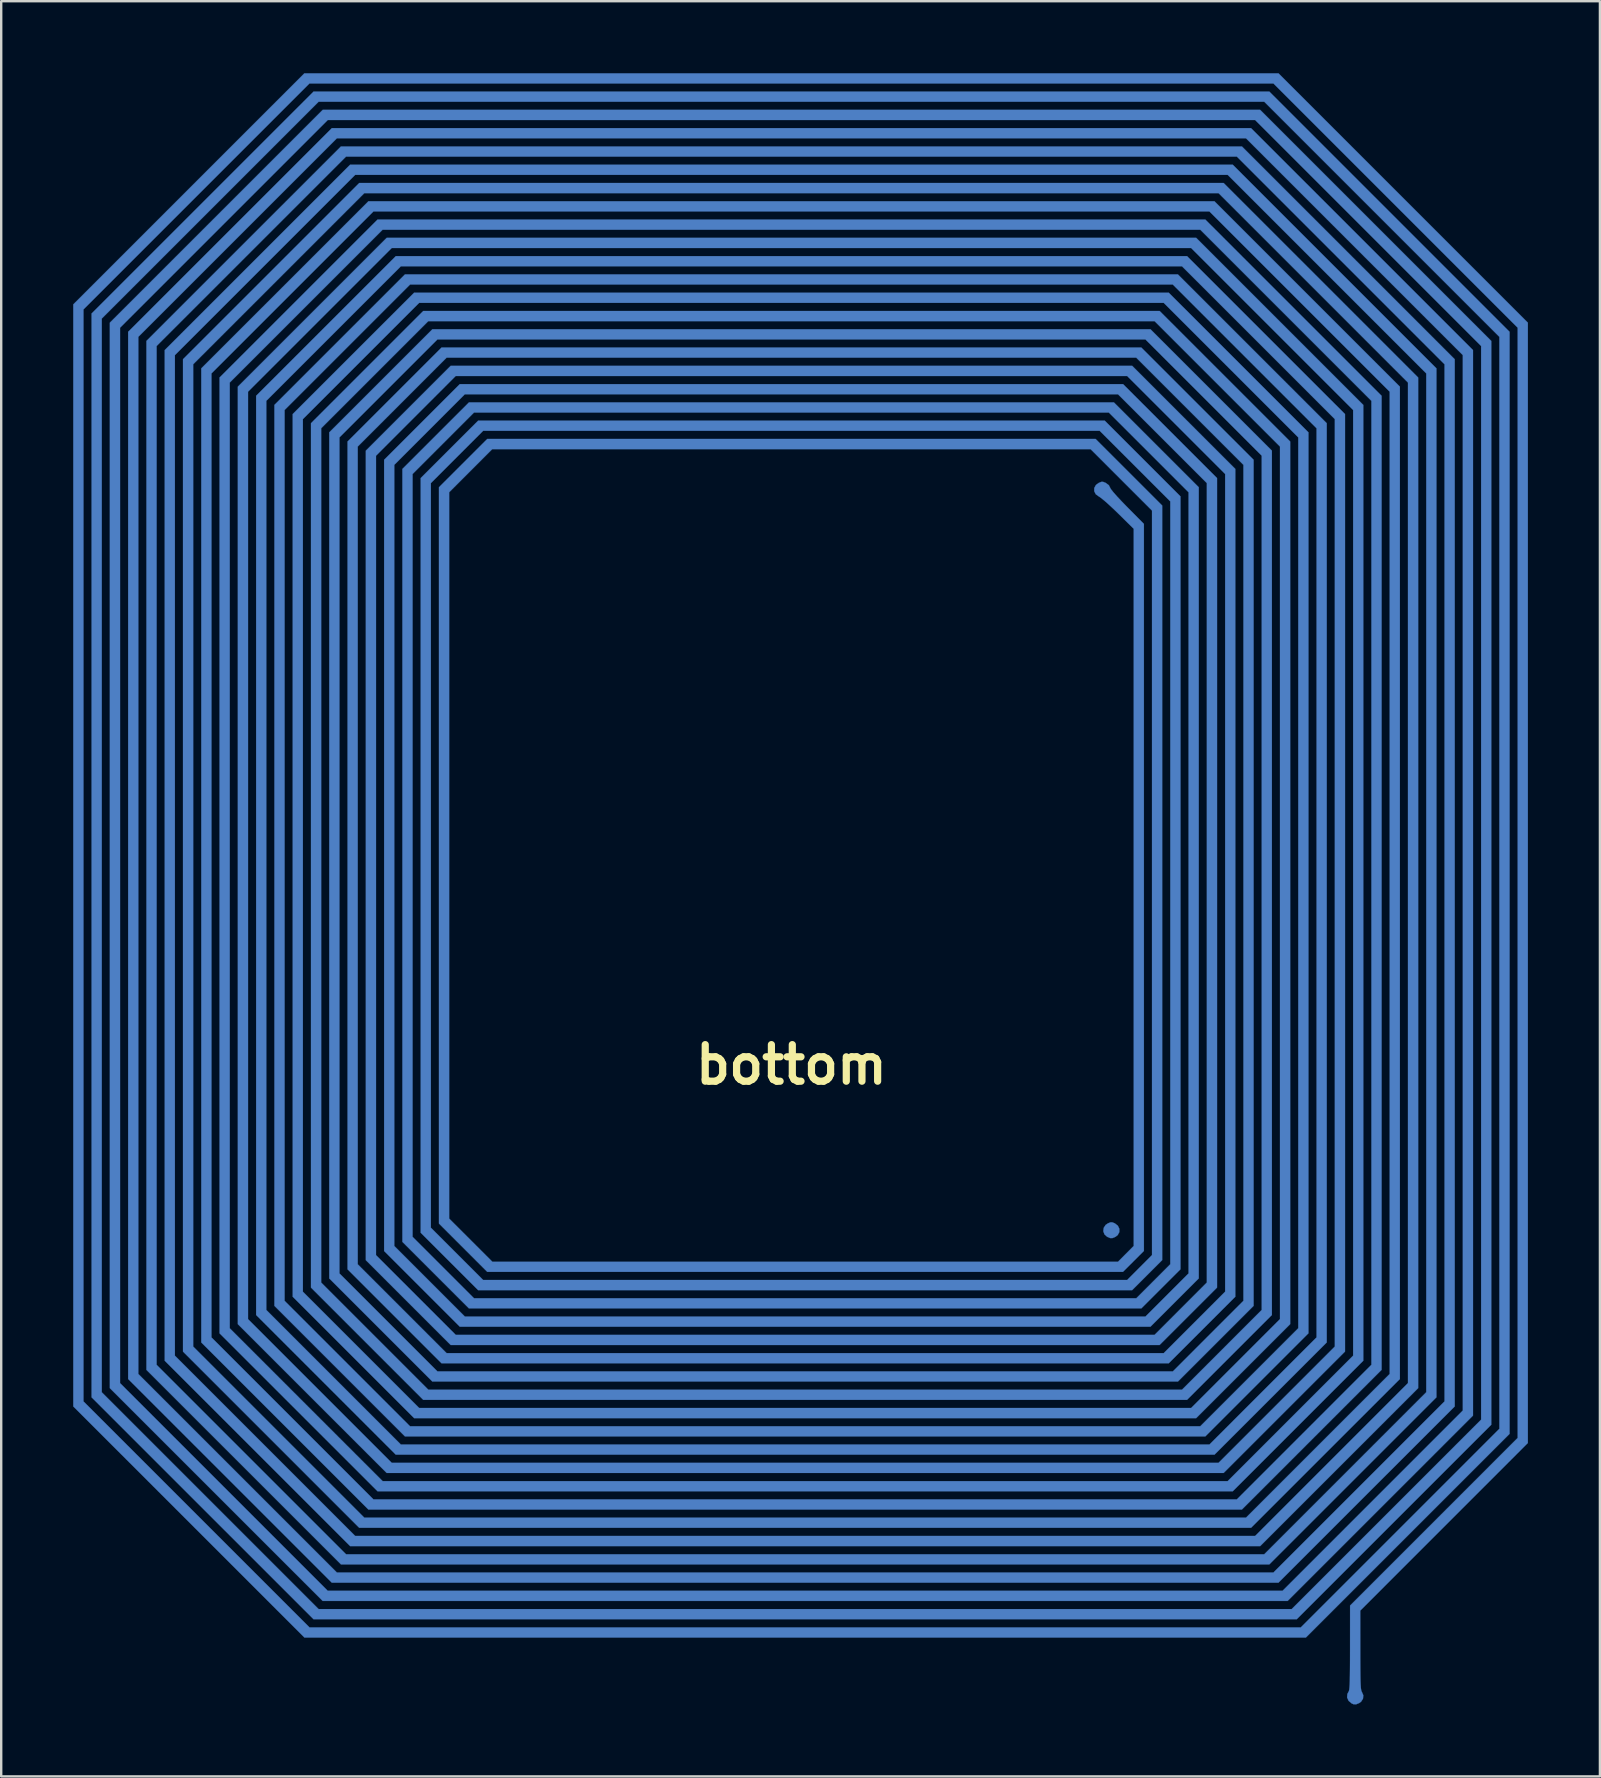
<source format=kicad_pcb>
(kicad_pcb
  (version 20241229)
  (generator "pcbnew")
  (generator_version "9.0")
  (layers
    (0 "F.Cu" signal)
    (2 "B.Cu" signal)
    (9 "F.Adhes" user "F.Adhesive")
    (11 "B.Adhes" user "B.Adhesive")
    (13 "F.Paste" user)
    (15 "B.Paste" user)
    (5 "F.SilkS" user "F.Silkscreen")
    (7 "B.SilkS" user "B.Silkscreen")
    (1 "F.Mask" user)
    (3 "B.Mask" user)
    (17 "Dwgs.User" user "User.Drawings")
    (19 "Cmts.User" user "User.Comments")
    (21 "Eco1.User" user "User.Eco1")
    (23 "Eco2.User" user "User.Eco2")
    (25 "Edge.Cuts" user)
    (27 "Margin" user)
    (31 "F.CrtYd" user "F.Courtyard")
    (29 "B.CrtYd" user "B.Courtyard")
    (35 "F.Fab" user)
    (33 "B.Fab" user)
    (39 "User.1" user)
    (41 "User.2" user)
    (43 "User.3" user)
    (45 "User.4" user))
  (footprint "bottom"
    (layer "F.Cu")
    (at 29.935 41.322)
    (property "Reference" "bottom" (at 0 0 0) (layer "F.SilkS") (effects (font (size 1.524 1.524) (thickness 0.3))))
    (attr through_hole)
    (fp_poly (pts (xy 13.472 6.611) (xy 13.482 6.616) (xy 13.605 6.713) (xy 13.667 6.842) (xy 13.665 6.98) (xy 13.598 7.104) (xy 13.506 7.175) (xy 13.381 7.227) (xy 13.28 7.227) (xy 13.159 7.175) (xy 13.156 7.173) (xy 13.045 7.072) (xy 12.998 6.941) (xy 13.015 6.803) (xy 13.094 6.681) (xy 13.188 6.616) (xy 13.292 6.573) (xy 13.371 6.572) (xy 13.472 6.611)) (stroke (width 0.01) (type solid)) (fill yes) (layer "B.Cu"))
    (fp_poly (pts (xy 25.495 -36.121) (xy 30.692 -30.924) (xy 30.692 -7.578) (xy 30.692 15.768) (xy 23.707 22.755) (xy 23.708 24.406) (xy 23.709 24.834) (xy 23.711 25.185) (xy 23.714 25.467) (xy 23.718 25.688) (xy 23.725 25.855) (xy 23.733 25.976) (xy 23.744 26.059) (xy 23.758 26.112) (xy 23.772 26.138) (xy 23.834 26.282) (xy 23.821 26.428) (xy 23.739 26.554) (xy 23.661 26.608) (xy 23.534 26.66) (xy 23.432 26.658) (xy 23.347 26.621) (xy 23.22 26.513) (xy 23.159 26.375) (xy 23.17 26.228) (xy 23.218 26.138) (xy 23.234 26.106) (xy 23.247 26.051) (xy 23.257 25.965) (xy 23.266 25.84) (xy 23.272 25.67) (xy 23.276 25.446) (xy 23.279 25.161) (xy 23.281 24.807) (xy 23.282 24.378) (xy 23.282 24.3) (xy 23.283 22.544) (xy 30.268 15.557) (xy 30.268 -30.713) (xy 25.178 -35.803) (xy 20.087 -40.894) (xy -20.087 -40.894) (xy -24.797 -36.184) (xy -29.506 -31.475) (xy -29.506 -8.721) (xy -29.506 14.034) (xy -24.797 18.743) (xy -20.087 23.453) (xy 21.23 23.453) (xy 25.368 19.315) (xy 29.506 15.176) (xy 29.506 -30.332) (xy 24.606 -35.232) (xy 19.706 -40.132) (xy -19.706 -40.132) (xy -24.225 -35.613) (xy -28.744 -31.094) (xy -28.744 -8.721) (xy -28.744 13.653) (xy -19.706 22.691) (xy 20.849 22.691) (xy 24.797 18.743) (xy 28.744 14.795) (xy 28.744 -29.951) (xy 19.325 -39.37) (xy -19.325 -39.37) (xy -23.654 -35.041) (xy -27.982 -30.713) (xy -27.982 13.272) (xy -19.325 21.929) (xy 20.468 21.929) (xy 27.982 14.414) (xy 27.982 -29.57) (xy 18.944 -38.608) (xy -18.944 -38.608) (xy -27.22 -30.332) (xy -27.22 -8.721) (xy -27.22 12.891) (xy -23.082 17.029) (xy -18.944 21.167) (xy 20.087 21.167) (xy 23.654 17.6) (xy 27.22 14.033) (xy 27.22 -29.189) (xy 22.892 -33.517) (xy 18.563 -37.846) (xy -18.563 -37.846) (xy -22.511 -33.898) (xy -26.458 -29.951) (xy -26.458 -8.72) (xy -26.458 12.51) (xy -22.511 16.457) (xy -18.563 20.405) (xy 19.706 20.405) (xy 26.458 13.652) (xy 26.458 -28.808) (xy 22.32 -32.946) (xy 18.182 -37.084) (xy -18.182 -37.084) (xy -25.696 -29.57) (xy -25.696 12.129) (xy -18.182 19.643) (xy 19.325 19.643) (xy 25.696 13.271) (xy 25.696 -28.427) (xy 21.749 -32.375) (xy 17.801 -36.322) (xy -17.801 -36.322) (xy -21.368 -32.755) (xy -24.934 -29.189) (xy -24.934 11.748) (xy -21.368 15.314) (xy -17.801 18.881) (xy 18.944 18.881) (xy 21.939 15.885) (xy 24.934 12.89) (xy 24.934 -28.046) (xy 17.42 -35.56) (xy -17.42 -35.56) (xy -20.796 -32.184) (xy -24.172 -28.808) (xy -24.172 -8.72) (xy -24.172 11.367) (xy -20.796 14.743) (xy -17.42 18.119) (xy 18.563 18.119) (xy 24.172 12.509) (xy 24.172 -27.665) (xy 20.606 -31.232) (xy 17.039 -34.798) (xy -17.039 -34.798) (xy -23.41 -28.427) (xy -23.41 -8.72) (xy -23.41 10.986) (xy -20.225 14.171) (xy -17.039 17.357) (xy 18.182 17.357) (xy 20.796 14.742) (xy 23.41 12.128) (xy 23.41 -27.284) (xy 16.658 -34.036) (xy -16.658 -34.036) (xy -19.653 -31.041) (xy -22.648 -28.046) (xy -22.648 10.605) (xy -19.653 13.6) (xy -16.658 16.595) (xy 17.801 16.595) (xy 20.225 14.171) (xy 22.648 11.747) (xy 22.648 -26.903) (xy 19.463 -30.089) (xy 16.277 -33.274) (xy -16.277 -33.274) (xy -19.082 -30.469) (xy -21.886 -27.665) (xy -21.886 10.224) (xy -19.082 13.028) (xy -16.277 15.833) (xy 17.42 15.833) (xy 19.653 13.599) (xy 21.886 11.366) (xy 21.886 -26.522) (xy 18.891 -29.517) (xy 15.896 -32.512) (xy -15.896 -32.512) (xy -18.51 -29.898) (xy -21.124 -27.284) (xy -21.124 9.843) (xy -18.51 12.457) (xy -15.896 15.071) (xy 17.039 15.071) (xy 19.082 13.028) (xy 21.124 10.985) (xy 21.124 -26.141) (xy 18.32 -28.946) (xy 15.515 -31.75) (xy -15.515 -31.75) (xy -17.939 -29.326) (xy -20.362 -26.903) (xy -20.362 -8.72) (xy -20.362 9.462) (xy -17.939 11.885) (xy -15.515 14.309) (xy 16.659 14.309) (xy 20.362 10.604) (xy 20.362 -25.76) (xy 17.748 -28.374) (xy 15.134 -30.988) (xy -15.134 -30.988) (xy -19.6 -26.522) (xy -19.6 -8.72) (xy -19.6 9.081) (xy -17.367 11.314) (xy -15.134 13.547) (xy 16.278 13.547) (xy 17.939 11.885) (xy 19.6 10.223) (xy 19.6 -25.379) (xy 17.177 -27.803) (xy 14.753 -30.226) (xy -14.753 -30.226) (xy -16.796 -28.183) (xy -18.838 -26.141) (xy -18.838 -8.72) (xy -18.838 8.7) (xy -14.753 12.785) (xy 15.897 12.785) (xy 17.367 11.313) (xy 18.838 9.842) (xy 18.838 -24.998) (xy 16.605 -27.231) (xy 14.372 -29.464) (xy -14.373 -29.464) (xy -16.224 -27.612) (xy -18.076 -25.759) (xy -18.076 -8.72) (xy -18.076 8.319) (xy -14.372 12.023) (xy 15.516 12.023) (xy 16.796 10.742) (xy 18.076 9.461) (xy 18.076 -24.617) (xy 16.034 -26.66) (xy 13.991 -28.702) (xy -13.992 -28.702) (xy -17.314 -25.378) (xy -17.314 7.938) (xy -15.653 9.599) (xy -13.991 11.261) (xy 15.135 11.261) (xy 17.314 9.08) (xy 17.314 -24.236) (xy 15.462 -26.088) (xy 13.61 -27.94) (xy -13.611 -27.94) (xy -16.552 -24.997) (xy -16.552 -8.72) (xy -16.552 7.557) (xy -15.081 9.028) (xy -13.61 10.499) (xy 14.754 10.499) (xy 15.653 9.599) (xy 16.552 8.699) (xy 16.552 -23.855) (xy 14.891 -25.517) (xy 13.229 -27.178) (xy -13.23 -27.178) (xy -14.51 -25.897) (xy -15.79 -24.616) (xy -15.79 7.176) (xy -13.229 9.737) (xy 14.373 9.737) (xy 15.082 9.027) (xy 15.79 8.318) (xy 15.79 -23.474) (xy 14.319 -24.945) (xy 12.848 -26.416) (xy -12.849 -26.416) (xy -13.939 -25.326) (xy -15.028 -24.235) (xy -15.028 -8.72) (xy -15.028 6.795) (xy -13.938 7.885) (xy -12.848 8.975) (xy 13.992 8.975) (xy 14.51 8.455) (xy 15.028 7.936) (xy 15.028 -23.093) (xy 13.747 -24.374) (xy 12.467 -25.654) (xy -12.468 -25.654) (xy -13.367 -24.754) (xy -14.266 -23.854) (xy -14.266 6.414) (xy -13.366 7.313) (xy -12.466 8.213) (xy 13.612 8.213) (xy 14.266 7.555) (xy 14.266 -22.332) (xy 13.621 -22.969) (xy 13.416 -23.167) (xy 13.223 -23.346) (xy 13.054 -23.496) (xy 12.919 -23.607) (xy 12.83 -23.67) (xy 12.818 -23.676) (xy 12.685 -23.772) (xy 12.62 -23.899) (xy 12.622 -24.036) (xy 12.692 -24.161) (xy 12.807 -24.245) (xy 12.911 -24.288) (xy 12.99 -24.289) (xy 13.091 -24.25) (xy 13.101 -24.245) (xy 13.23 -24.149) (xy 13.276 -24.057) (xy 13.317 -23.983) (xy 13.418 -23.856) (xy 13.573 -23.68) (xy 13.781 -23.459) (xy 13.996 -23.238) (xy 14.69 -22.537) (xy 14.69 7.764) (xy 14.254 8.2) (xy 13.817 8.636) (xy -12.677 8.636) (xy -14.69 6.623) (xy -14.69 -24.065) (xy -12.677 -26.077) (xy 12.677 -26.077) (xy 14.065 -24.69) (xy 15.452 -23.303) (xy 15.452 8.146) (xy 14.826 8.772) (xy 14.2 9.398) (xy -13.058 9.398) (xy -15.452 7.005) (xy -15.452 -24.446) (xy -13.058 -26.839) (xy 13.059 -26.839) (xy 16.214 -23.684) (xy 16.214 8.528) (xy 14.581 10.16) (xy -13.439 10.16) (xy -14.827 8.773) (xy -16.214 7.386) (xy -16.214 -24.827) (xy -14.827 -26.214) (xy -13.439 -27.601) (xy 13.44 -27.601) (xy 15.208 -25.833) (xy 16.976 -24.065) (xy 16.976 8.909) (xy 15.969 9.916) (xy 14.963 10.922) (xy -13.821 10.922) (xy -16.976 7.767) (xy -16.976 -25.208) (xy -13.821 -28.363) (xy 13.821 -28.363) (xy 15.779 -26.405) (xy 17.738 -24.446) (xy 17.738 9.291) (xy 15.344 11.684) (xy -14.202 11.684) (xy -15.97 9.916) (xy -17.738 8.148) (xy -17.738 -25.589) (xy -15.97 -27.357) (xy -14.202 -29.125) (xy 14.202 -29.125) (xy 16.351 -26.976) (xy 18.5 -24.828) (xy 18.5 9.672) (xy 17.113 11.059) (xy 15.725 12.446) (xy -14.583 12.446) (xy -18.5 8.529) (xy -18.5 -25.97) (xy -14.583 -29.887) (xy 14.583 -29.887) (xy 16.922 -27.548) (xy 19.262 -25.209) (xy 19.262 10.053) (xy 16.107 13.208) (xy -14.964 13.208) (xy -17.113 11.059) (xy -19.262 8.91) (xy -19.262 -26.352) (xy -17.113 -28.5) (xy -14.964 -30.649) (xy 14.964 -30.649) (xy 20.024 -25.59) (xy 20.024 10.434) (xy 18.256 12.202) (xy 16.488 13.97) (xy -15.345 13.97) (xy -17.684 11.631) (xy -20.024 9.291) (xy -20.024 -26.733) (xy -17.684 -29.072) (xy -15.345 -31.411) (xy 15.345 -31.411) (xy 20.786 -25.971) (xy 20.786 10.815) (xy 18.827 12.774) (xy 16.869 14.732) (xy -15.726 14.732) (xy -20.786 9.672) (xy -20.786 -27.114) (xy -15.726 -32.173) (xy 15.726 -32.173) (xy 18.637 -29.263) (xy 21.548 -26.352) (xy 21.548 11.196) (xy 19.399 13.345) (xy 17.25 15.494) (xy -16.107 15.494) (xy -21.548 10.053) (xy -21.548 -27.495) (xy -16.107 -32.935) (xy 16.107 -32.935) (xy 19.208 -29.834) (xy 22.31 -26.733) (xy 22.31 11.577) (xy 19.97 13.917) (xy 17.631 16.256) (xy -16.488 16.256) (xy -22.31 10.434) (xy -22.31 -27.876) (xy -16.488 -33.697) (xy 16.488 -33.697) (xy 23.072 -27.114) (xy 23.072 11.958) (xy 18.012 17.018) (xy -16.869 17.018) (xy -23.072 10.816) (xy -23.072 -28.257) (xy -16.869 -34.459) (xy 16.869 -34.459) (xy 23.834 -27.495) (xy 23.834 12.339) (xy 18.393 17.78) (xy -17.25 17.78) (xy -23.834 11.197) (xy -23.834 -28.638) (xy -17.25 -35.221) (xy 17.25 -35.221) (xy 20.923 -31.549) (xy 24.596 -27.876) (xy 24.596 12.72) (xy 21.685 15.631) (xy 18.774 18.542) (xy -17.631 18.542) (xy -24.596 11.578) (xy -24.596 -29.019) (xy -17.631 -35.983) (xy 17.631 -35.983) (xy 21.494 -32.12) (xy 25.358 -28.257) (xy 25.358 13.102) (xy 22.256 16.203) (xy 19.155 19.304) (xy -18.012 19.304) (xy -25.358 11.959) (xy -25.358 -29.4) (xy -18.012 -36.745) (xy 18.012 -36.745) (xy 22.066 -32.692) (xy 26.12 -28.638) (xy 26.12 13.483) (xy 19.536 20.066) (xy -18.393 20.066) (xy -22.256 16.203) (xy -26.12 12.34) (xy -26.12 -29.781) (xy -22.256 -33.644) (xy -18.393 -37.507) (xy 18.393 -37.507) (xy 22.638 -33.263) (xy 26.882 -29.019) (xy 26.882 13.864) (xy 19.917 20.828) (xy -18.774 20.828) (xy -26.882 12.721) (xy -26.882 -30.162) (xy -18.774 -38.269) (xy 18.774 -38.269) (xy 27.644 -29.4) (xy 27.644 14.245) (xy 23.971 17.917) (xy 20.298 21.59) (xy -19.155 21.59) (xy -27.644 13.102) (xy -27.644 -30.543) (xy -19.155 -39.031) (xy 19.155 -39.031) (xy 23.781 -34.406) (xy 28.406 -29.781) (xy 28.406 14.626) (xy 24.542 18.489) (xy 20.679 22.352) (xy -19.536 22.352) (xy -28.406 13.483) (xy -28.406 -30.924) (xy -19.536 -39.793) (xy 19.536 -39.793) (xy 24.352 -34.978) (xy 29.168 -30.162) (xy 29.168 15.007) (xy 25.114 19.06) (xy 21.06 23.114) (xy -19.917 23.114) (xy -29.168 13.864) (xy -29.168 -31.305) (xy -19.917 -40.555) (xy 19.917 -40.555) (xy 24.924 -35.549) (xy 29.93 -30.543) (xy 29.93 15.388) (xy 25.686 19.632) (xy 21.441 23.876) (xy -20.298 23.876) (xy -29.93 14.245) (xy -29.93 -31.686) (xy -20.298 -41.317) (xy 20.298 -41.317) (xy 25.495 -36.121)) (stroke (width 0.01) (type solid)) (fill yes) (layer "B.Cu")))
  (gr_rect
    (start -3 -3)
    (end 63.631 70.987)
    (stroke (width 0.1) (type default))
    (fill no)
    (layer "Edge.Cuts")))
</source>
